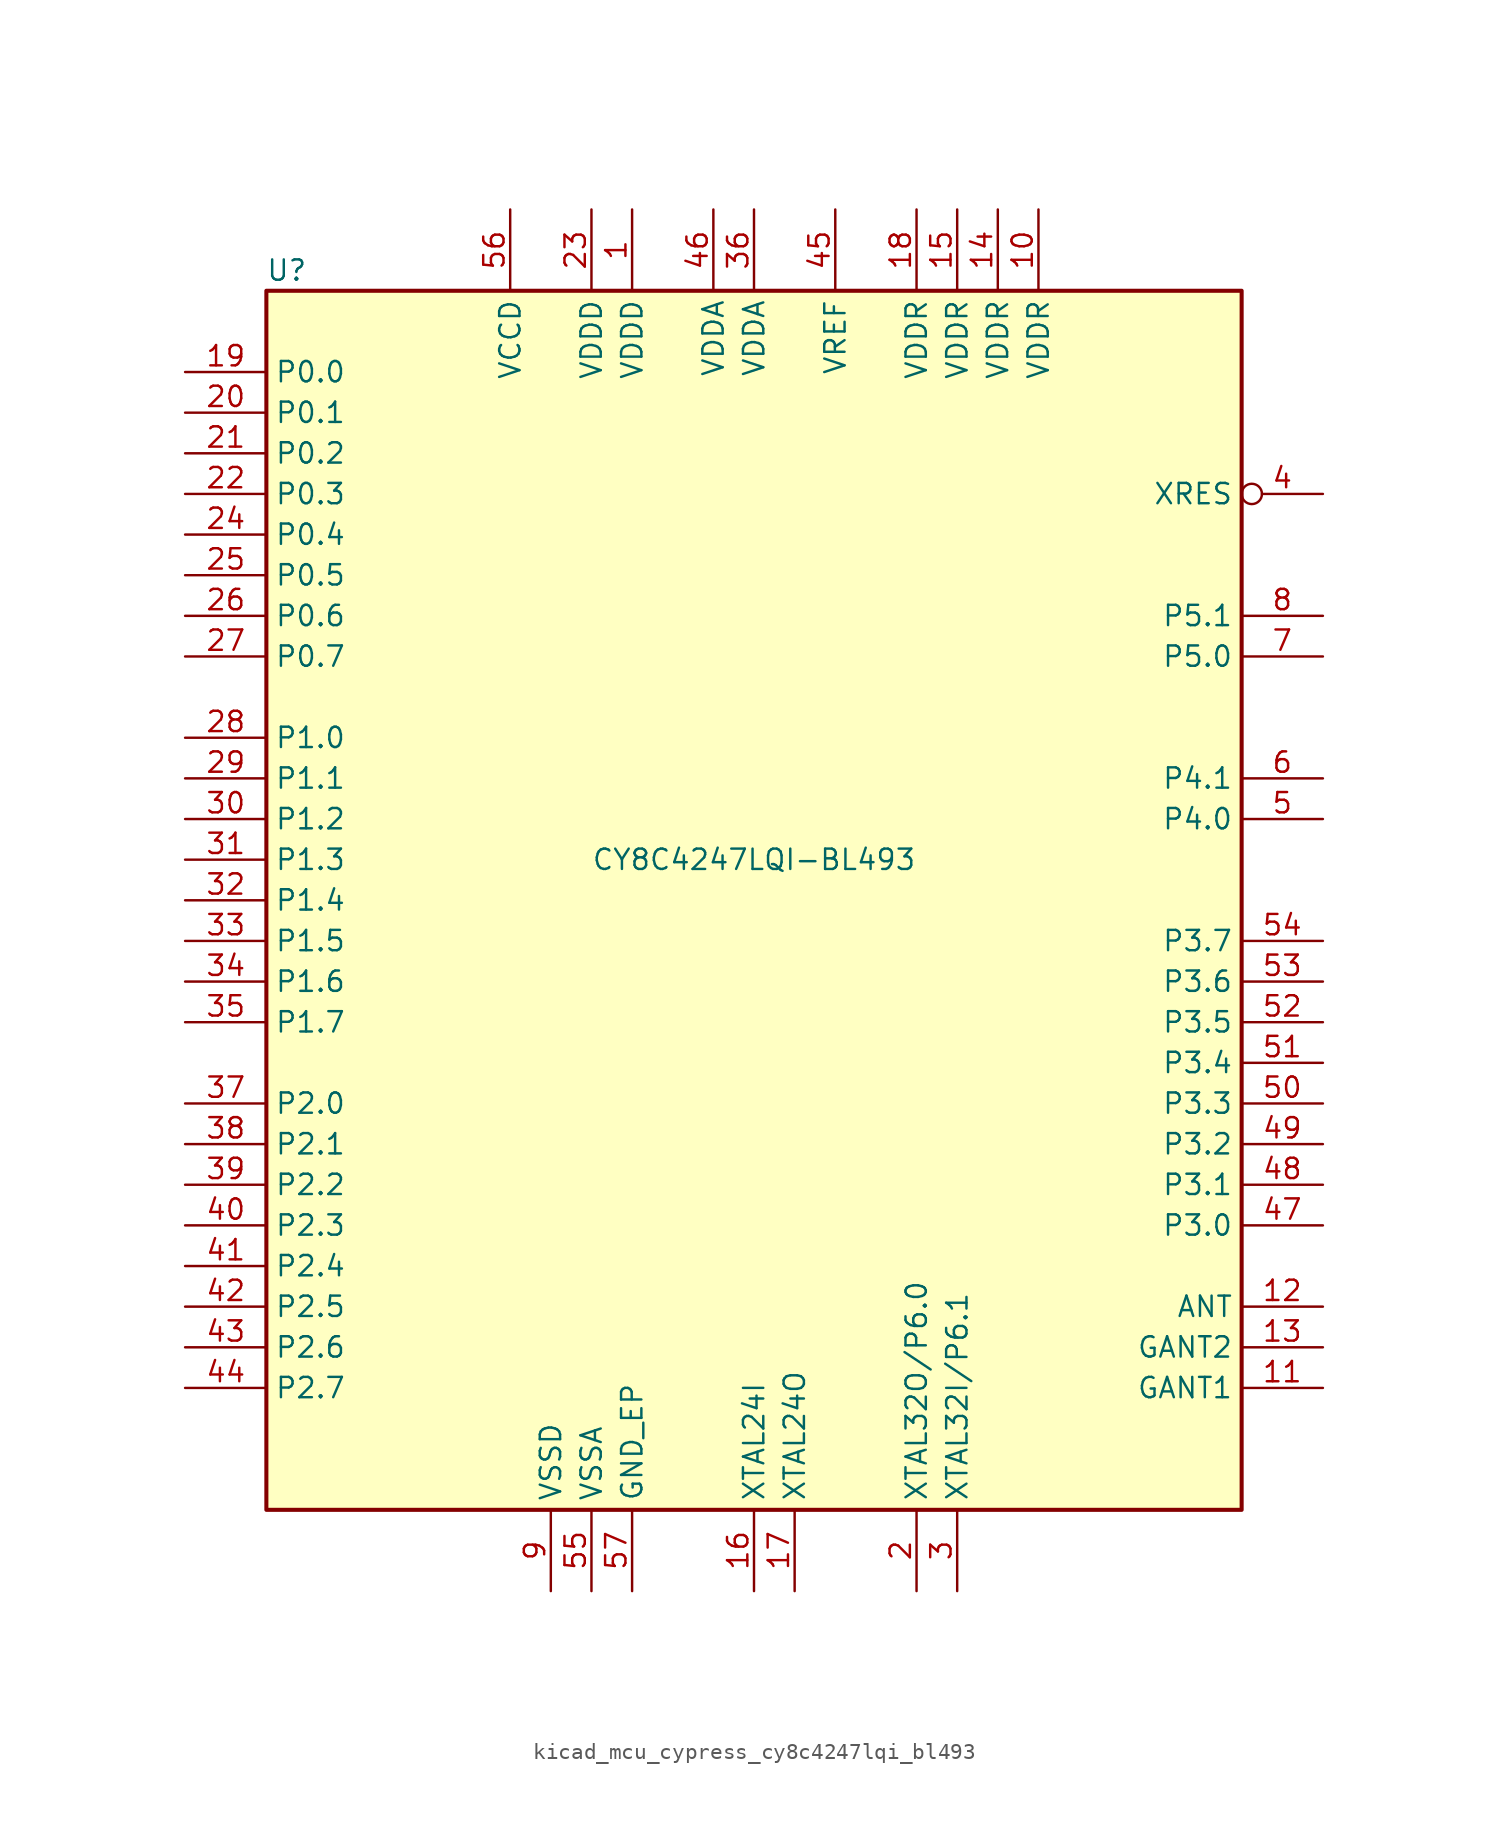
<source format=kicad_sym>
(kicad_symbol_lib
  (version 20220914)
  (generator kicad_symbol_editor)
  (symbol "kicad_mcu_cypress_cy8c4247lqi_bl493"
    (property "Reference" "U"
      (at -29.21 39.37 0)
      (effects (font (size 1.27 1.27))))
    (property "Value" "CY8C4247LQI-BL493"
      (at 0 2.54 0)
      (effects (font (size 1.27 1.27))))
    (symbol "kicad_mcu_cypress_cy8c4247lqi_bl493_1_0"
      (rectangle (start -30.48 -38.1) (end 30.48 38.1) (stroke (width 0.254) (type default)) (fill (type background))))
    (symbol "kicad_mcu_cypress_cy8c4247lqi_bl493_1_1"
      (pin power_in line (at -7.62 43.18 270) (length 5.08) (name "VDDD" (effects (font (size 1.27 1.27)))) (number "1" (effects (font (size 1.27 1.27)))))
      (pin power_in line (at 17.78 43.18 270) (length 5.08) (name "VDDR" (effects (font (size 1.27 1.27)))) (number "10" (effects (font (size 1.27 1.27)))))
      (pin power_in line (at 35.56 -30.48 180) (length 5.08) (name "GANT1" (effects (font (size 1.27 1.27)))) (number "11" (effects (font (size 1.27 1.27)))))
      (pin output line (at 35.56 -25.4 180) (length 5.08) (name "ANT" (effects (font (size 1.27 1.27)))) (number "12" (effects (font (size 1.27 1.27)))))
      (pin power_in line (at 35.56 -27.94 180) (length 5.08) (name "GANT2" (effects (font (size 1.27 1.27)))) (number "13" (effects (font (size 1.27 1.27)))))
      (pin power_in line (at 15.24 43.18 270) (length 5.08) (name "VDDR" (effects (font (size 1.27 1.27)))) (number "14" (effects (font (size 1.27 1.27)))))
      (pin power_in line (at 12.7 43.18 270) (length 5.08) (name "VDDR" (effects (font (size 1.27 1.27)))) (number "15" (effects (font (size 1.27 1.27)))))
      (pin input line (at 0 -43.18 90) (length 5.08) (name "XTAL24I" (effects (font (size 1.27 1.27)))) (number "16" (effects (font (size 1.27 1.27)))))
      (pin output line (at 2.54 -43.18 90) (length 5.08) (name "XTAL24O" (effects (font (size 1.27 1.27)))) (number "17" (effects (font (size 1.27 1.27)))))
      (pin power_in line (at 10.16 43.18 270) (length 5.08) (name "VDDR" (effects (font (size 1.27 1.27)))) (number "18" (effects (font (size 1.27 1.27)))))
      (pin bidirectional line (at -35.56 33.02 0) (length 5.08) (name "P0.0" (effects (font (size 1.27 1.27)))) (number "19" (effects (font (size 1.27 1.27)))))
      (pin bidirectional line (at 10.16 -43.18 90) (length 5.08) (name "XTAL32O/P6.0" (effects (font (size 1.27 1.27)))) (number "2" (effects (font (size 1.27 1.27)))))
      (pin bidirectional line (at -35.56 30.48 0) (length 5.08) (name "P0.1" (effects (font (size 1.27 1.27)))) (number "20" (effects (font (size 1.27 1.27)))))
      (pin bidirectional line (at -35.56 27.94 0) (length 5.08) (name "P0.2" (effects (font (size 1.27 1.27)))) (number "21" (effects (font (size 1.27 1.27)))))
      (pin bidirectional line (at -35.56 25.4 0) (length 5.08) (name "P0.3" (effects (font (size 1.27 1.27)))) (number "22" (effects (font (size 1.27 1.27)))))
      (pin power_in line (at -10.16 43.18 270) (length 5.08) (name "VDDD" (effects (font (size 1.27 1.27)))) (number "23" (effects (font (size 1.27 1.27)))))
      (pin bidirectional line (at -35.56 22.86 0) (length 5.08) (name "P0.4" (effects (font (size 1.27 1.27)))) (number "24" (effects (font (size 1.27 1.27)))))
      (pin bidirectional line (at -35.56 20.32 0) (length 5.08) (name "P0.5" (effects (font (size 1.27 1.27)))) (number "25" (effects (font (size 1.27 1.27)))))
      (pin bidirectional line (at -35.56 17.78 0) (length 5.08) (name "P0.6" (effects (font (size 1.27 1.27)))) (number "26" (effects (font (size 1.27 1.27)))))
      (pin bidirectional line (at -35.56 15.24 0) (length 5.08) (name "P0.7" (effects (font (size 1.27 1.27)))) (number "27" (effects (font (size 1.27 1.27)))))
      (pin bidirectional line (at -35.56 10.16 0) (length 5.08) (name "P1.0" (effects (font (size 1.27 1.27)))) (number "28" (effects (font (size 1.27 1.27)))))
      (pin bidirectional line (at -35.56 7.62 0) (length 5.08) (name "P1.1" (effects (font (size 1.27 1.27)))) (number "29" (effects (font (size 1.27 1.27)))))
      (pin bidirectional line (at 12.7 -43.18 90) (length 5.08) (name "XTAL32I/P6.1" (effects (font (size 1.27 1.27)))) (number "3" (effects (font (size 1.27 1.27)))))
      (pin bidirectional line (at -35.56 5.08 0) (length 5.08) (name "P1.2" (effects (font (size 1.27 1.27)))) (number "30" (effects (font (size 1.27 1.27)))))
      (pin bidirectional line (at -35.56 2.54 0) (length 5.08) (name "P1.3" (effects (font (size 1.27 1.27)))) (number "31" (effects (font (size 1.27 1.27)))))
      (pin bidirectional line (at -35.56 0 0) (length 5.08) (name "P1.4" (effects (font (size 1.27 1.27)))) (number "32" (effects (font (size 1.27 1.27)))))
      (pin bidirectional line (at -35.56 -2.54 0) (length 5.08) (name "P1.5" (effects (font (size 1.27 1.27)))) (number "33" (effects (font (size 1.27 1.27)))))
      (pin bidirectional line (at -35.56 -5.08 0) (length 5.08) (name "P1.6" (effects (font (size 1.27 1.27)))) (number "34" (effects (font (size 1.27 1.27)))))
      (pin bidirectional line (at -35.56 -7.62 0) (length 5.08) (name "P1.7" (effects (font (size 1.27 1.27)))) (number "35" (effects (font (size 1.27 1.27)))))
      (pin power_in line (at 0 43.18 270) (length 5.08) (name "VDDA" (effects (font (size 1.27 1.27)))) (number "36" (effects (font (size 1.27 1.27)))))
      (pin bidirectional line (at -35.56 -12.7 0) (length 5.08) (name "P2.0" (effects (font (size 1.27 1.27)))) (number "37" (effects (font (size 1.27 1.27)))))
      (pin bidirectional line (at -35.56 -15.24 0) (length 5.08) (name "P2.1" (effects (font (size 1.27 1.27)))) (number "38" (effects (font (size 1.27 1.27)))))
      (pin bidirectional line (at -35.56 -17.78 0) (length 5.08) (name "P2.2" (effects (font (size 1.27 1.27)))) (number "39" (effects (font (size 1.27 1.27)))))
      (pin input inverted (at 35.56 25.4 180) (length 5.08) (name "XRES" (effects (font (size 1.27 1.27)))) (number "4" (effects (font (size 1.27 1.27)))))
      (pin bidirectional line (at -35.56 -20.32 0) (length 5.08) (name "P2.3" (effects (font (size 1.27 1.27)))) (number "40" (effects (font (size 1.27 1.27)))))
      (pin bidirectional line (at -35.56 -22.86 0) (length 5.08) (name "P2.4" (effects (font (size 1.27 1.27)))) (number "41" (effects (font (size 1.27 1.27)))))
      (pin bidirectional line (at -35.56 -25.4 0) (length 5.08) (name "P2.5" (effects (font (size 1.27 1.27)))) (number "42" (effects (font (size 1.27 1.27)))))
      (pin bidirectional line (at -35.56 -27.94 0) (length 5.08) (name "P2.6" (effects (font (size 1.27 1.27)))) (number "43" (effects (font (size 1.27 1.27)))))
      (pin bidirectional line (at -35.56 -30.48 0) (length 5.08) (name "P2.7" (effects (font (size 1.27 1.27)))) (number "44" (effects (font (size 1.27 1.27)))))
      (pin passive line (at 5.08 43.18 270) (length 5.08) (name "VREF" (effects (font (size 1.27 1.27)))) (number "45" (effects (font (size 1.27 1.27)))))
      (pin power_in line (at -2.54 43.18 270) (length 5.08) (name "VDDA" (effects (font (size 1.27 1.27)))) (number "46" (effects (font (size 1.27 1.27)))))
      (pin bidirectional line (at 35.56 -20.32 180) (length 5.08) (name "P3.0" (effects (font (size 1.27 1.27)))) (number "47" (effects (font (size 1.27 1.27)))))
      (pin bidirectional line (at 35.56 -17.78 180) (length 5.08) (name "P3.1" (effects (font (size 1.27 1.27)))) (number "48" (effects (font (size 1.27 1.27)))))
      (pin bidirectional line (at 35.56 -15.24 180) (length 5.08) (name "P3.2" (effects (font (size 1.27 1.27)))) (number "49" (effects (font (size 1.27 1.27)))))
      (pin bidirectional line (at 35.56 5.08 180) (length 5.08) (name "P4.0" (effects (font (size 1.27 1.27)))) (number "5" (effects (font (size 1.27 1.27)))))
      (pin bidirectional line (at 35.56 -12.7 180) (length 5.08) (name "P3.3" (effects (font (size 1.27 1.27)))) (number "50" (effects (font (size 1.27 1.27)))))
      (pin bidirectional line (at 35.56 -10.16 180) (length 5.08) (name "P3.4" (effects (font (size 1.27 1.27)))) (number "51" (effects (font (size 1.27 1.27)))))
      (pin bidirectional line (at 35.56 -7.62 180) (length 5.08) (name "P3.5" (effects (font (size 1.27 1.27)))) (number "52" (effects (font (size 1.27 1.27)))))
      (pin bidirectional line (at 35.56 -5.08 180) (length 5.08) (name "P3.6" (effects (font (size 1.27 1.27)))) (number "53" (effects (font (size 1.27 1.27)))))
      (pin bidirectional line (at 35.56 -2.54 180) (length 5.08) (name "P3.7" (effects (font (size 1.27 1.27)))) (number "54" (effects (font (size 1.27 1.27)))))
      (pin power_in line (at -10.16 -43.18 90) (length 5.08) (name "VSSA" (effects (font (size 1.27 1.27)))) (number "55" (effects (font (size 1.27 1.27)))))
      (pin power_out line (at -15.24 43.18 270) (length 5.08) (name "VCCD" (effects (font (size 1.27 1.27)))) (number "56" (effects (font (size 1.27 1.27)))))
      (pin power_in line (at -7.62 -43.18 90) (length 5.08) (name "GND_EP" (effects (font (size 1.27 1.27)))) (number "57" (effects (font (size 1.27 1.27)))))
      (pin bidirectional line (at 35.56 7.62 180) (length 5.08) (name "P4.1" (effects (font (size 1.27 1.27)))) (number "6" (effects (font (size 1.27 1.27)))))
      (pin bidirectional line (at 35.56 15.24 180) (length 5.08) (name "P5.0" (effects (font (size 1.27 1.27)))) (number "7" (effects (font (size 1.27 1.27)))))
      (pin bidirectional line (at 35.56 17.78 180) (length 5.08) (name "P5.1" (effects (font (size 1.27 1.27)))) (number "8" (effects (font (size 1.27 1.27)))))
      (pin power_in line (at -12.7 -43.18 90) (length 5.08) (name "VSSD" (effects (font (size 1.27 1.27)))) (number "9" (effects (font (size 1.27 1.27))))))))
</source>
